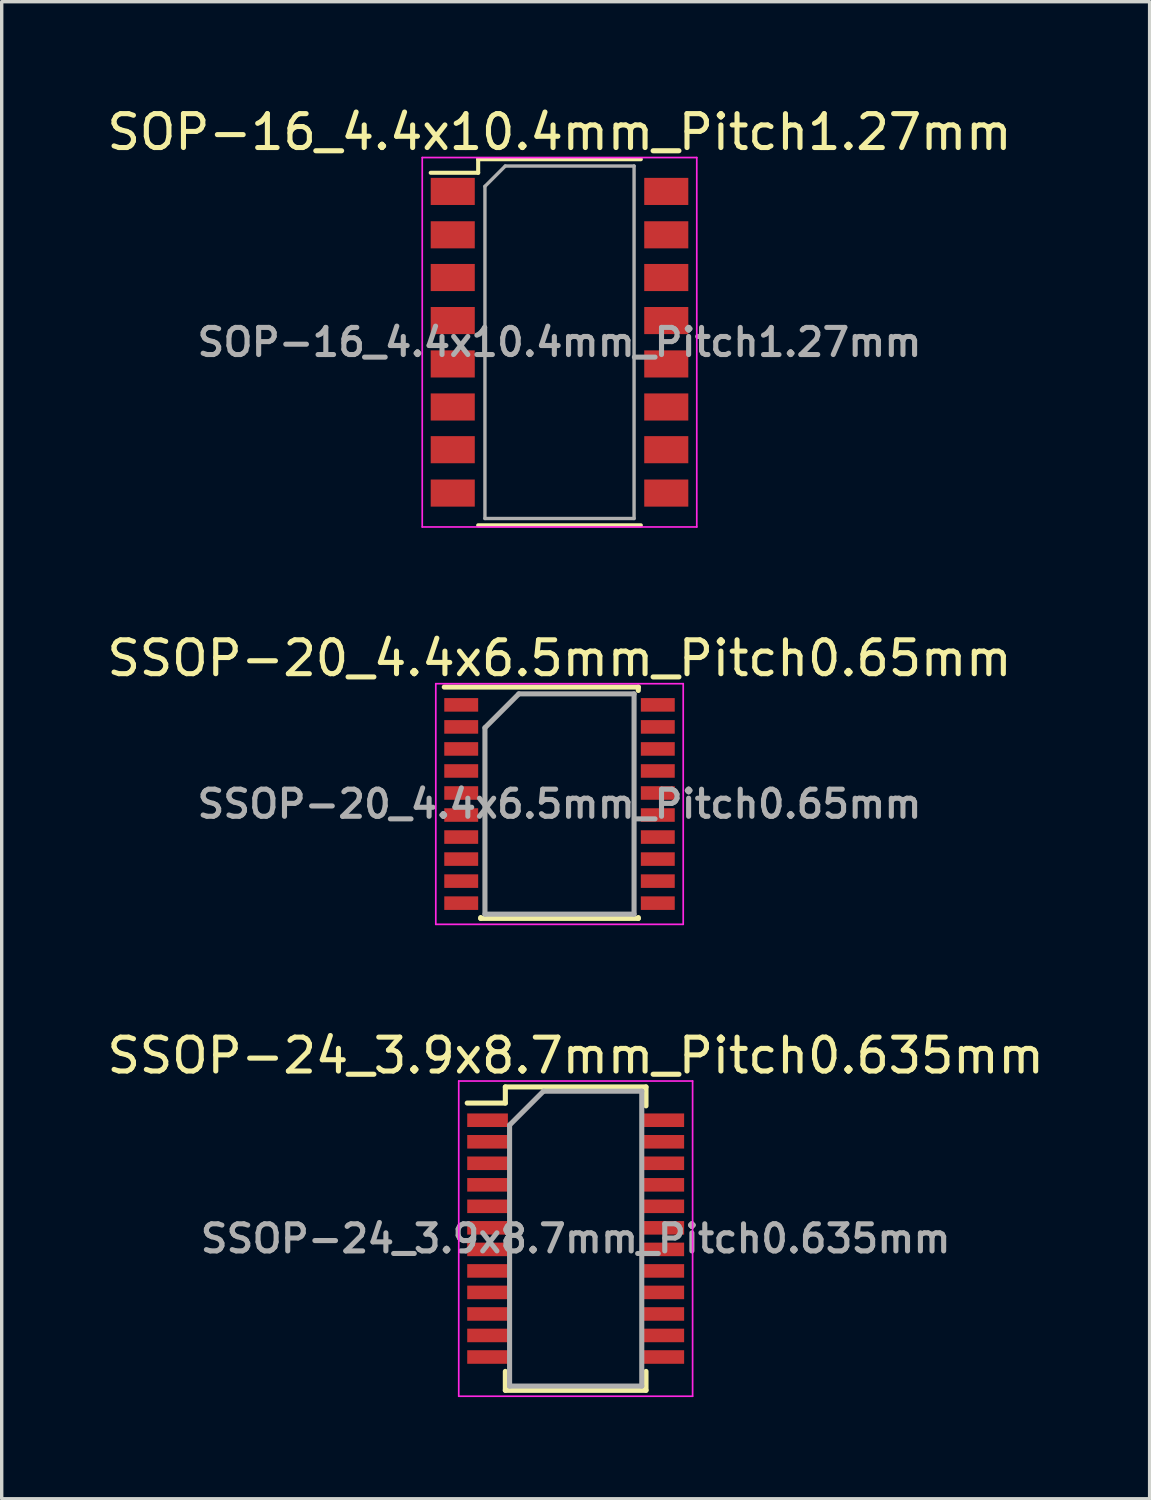
<source format=kicad_pcb>
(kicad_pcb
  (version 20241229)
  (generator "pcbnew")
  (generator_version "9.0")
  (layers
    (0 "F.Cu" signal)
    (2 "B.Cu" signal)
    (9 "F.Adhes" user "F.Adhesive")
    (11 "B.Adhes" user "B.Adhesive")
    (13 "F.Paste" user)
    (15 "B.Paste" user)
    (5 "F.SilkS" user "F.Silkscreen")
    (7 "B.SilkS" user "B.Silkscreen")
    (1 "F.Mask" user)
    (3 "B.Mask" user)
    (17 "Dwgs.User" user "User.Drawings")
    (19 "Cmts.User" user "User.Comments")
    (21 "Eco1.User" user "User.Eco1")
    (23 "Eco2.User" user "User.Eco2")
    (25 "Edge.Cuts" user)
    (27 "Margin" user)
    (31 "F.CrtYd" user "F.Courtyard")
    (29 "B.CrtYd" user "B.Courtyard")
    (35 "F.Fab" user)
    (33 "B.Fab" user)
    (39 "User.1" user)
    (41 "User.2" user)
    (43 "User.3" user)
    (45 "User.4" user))
  (footprint "SSOP-24_3.9x8.7mm_Pitch0.635mm"
    (layer "F.Cu")
    (at 13.935 33.495)
    (property "Reference" "SSOP-24_3.9x8.7mm_Pitch0.635mm" (at 0 -5.4 0) (layer "F.SilkS") (effects (font (size 1 1) (thickness 0.15))))
    (attr smd)
    (fp_line (start -2.075 -4.475) (end -2.075 -4) (stroke (width 0.15) (type solid)) (layer "F.SilkS"))
    (fp_line (start -2.075 -4.475) (end 2.075 -4.475) (stroke (width 0.15) (type solid)) (layer "F.SilkS"))
    (fp_line (start -2.075 -4) (end -3.2 -4) (stroke (width 0.15) (type solid)) (layer "F.SilkS"))
    (fp_line (start -2.075 4.475) (end -2.075 3.917) (stroke (width 0.15) (type solid)) (layer "F.SilkS"))
    (fp_line (start -2.075 4.475) (end 2.075 4.475) (stroke (width 0.15) (type solid)) (layer "F.SilkS"))
    (fp_line (start 2.075 -4.475) (end 2.075 -3.917) (stroke (width 0.15) (type solid)) (layer "F.SilkS"))
    (fp_line (start 2.075 4.475) (end 2.075 3.917) (stroke (width 0.15) (type solid)) (layer "F.SilkS"))
    (fp_line (start -3.45 -4.65) (end -3.45 4.65) (stroke (width 0.05) (type solid)) (layer "F.CrtYd"))
    (fp_line (start -3.45 -4.65) (end 3.45 -4.65) (stroke (width 0.05) (type solid)) (layer "F.CrtYd"))
    (fp_line (start -3.45 4.65) (end 3.45 4.65) (stroke (width 0.05) (type solid)) (layer "F.CrtYd"))
    (fp_line (start 3.45 -4.65) (end 3.45 4.65) (stroke (width 0.05) (type solid)) (layer "F.CrtYd"))
    (fp_line (start -1.95 -3.35) (end -0.95 -4.35) (stroke (width 0.15) (type solid)) (layer "F.Fab"))
    (fp_line (start -1.95 4.35) (end -1.95 -3.35) (stroke (width 0.15) (type solid)) (layer "F.Fab"))
    (fp_line (start -0.95 -4.35) (end 1.95 -4.35) (stroke (width 0.15) (type solid)) (layer "F.Fab"))
    (fp_line (start 1.95 -4.35) (end 1.95 4.35) (stroke (width 0.15) (type solid)) (layer "F.Fab"))
    (fp_line (start 1.95 4.35) (end -1.95 4.35) (stroke (width 0.15) (type solid)) (layer "F.Fab"))
    (fp_text user "${REFERENCE}" (at 0 0 0) (layer "F.Fab") (effects (font (size 0.8 0.8) (thickness 0.15))))
    (pad "1" smd rect (at -2.6 -3.493) (size 1.2 0.4) (layers "F.Cu" "F.Mask" "F.Paste"))
    (pad "2" smd rect (at -2.6 -2.857) (size 1.2 0.4) (layers "F.Cu" "F.Mask" "F.Paste"))
    (pad "3" smd rect (at -2.6 -2.223) (size 1.2 0.4) (layers "F.Cu" "F.Mask" "F.Paste"))
    (pad "4" smd rect (at -2.6 -1.587) (size 1.2 0.4) (layers "F.Cu" "F.Mask" "F.Paste"))
    (pad "5" smd rect (at -2.6 -0.953) (size 1.2 0.4) (layers "F.Cu" "F.Mask" "F.Paste"))
    (pad "6" smd rect (at -2.6 -0.318) (size 1.2 0.4) (layers "F.Cu" "F.Mask" "F.Paste"))
    (pad "7" smd rect (at -2.6 0.318) (size 1.2 0.4) (layers "F.Cu" "F.Mask" "F.Paste"))
    (pad "8" smd rect (at -2.6 0.953) (size 1.2 0.4) (layers "F.Cu" "F.Mask" "F.Paste"))
    (pad "9" smd rect (at -2.6 1.587) (size 1.2 0.4) (layers "F.Cu" "F.Mask" "F.Paste"))
    (pad "10" smd rect (at -2.6 2.223) (size 1.2 0.4) (layers "F.Cu" "F.Mask" "F.Paste"))
    (pad "11" smd rect (at -2.6 2.857) (size 1.2 0.4) (layers "F.Cu" "F.Mask" "F.Paste"))
    (pad "12" smd rect (at -2.6 3.493) (size 1.2 0.4) (layers "F.Cu" "F.Mask" "F.Paste"))
    (pad "13" smd rect (at 2.6 3.493) (size 1.2 0.4) (layers "F.Cu" "F.Mask" "F.Paste"))
    (pad "14" smd rect (at 2.6 2.857) (size 1.2 0.4) (layers "F.Cu" "F.Mask" "F.Paste"))
    (pad "15" smd rect (at 2.6 2.223) (size 1.2 0.4) (layers "F.Cu" "F.Mask" "F.Paste"))
    (pad "16" smd rect (at 2.6 1.587) (size 1.2 0.4) (layers "F.Cu" "F.Mask" "F.Paste"))
    (pad "17" smd rect (at 2.6 0.953) (size 1.2 0.4) (layers "F.Cu" "F.Mask" "F.Paste"))
    (pad "18" smd rect (at 2.6 0.318) (size 1.2 0.4) (layers "F.Cu" "F.Mask" "F.Paste"))
    (pad "19" smd rect (at 2.6 -0.318) (size 1.2 0.4) (layers "F.Cu" "F.Mask" "F.Paste"))
    (pad "20" smd rect (at 2.6 -0.953) (size 1.2 0.4) (layers "F.Cu" "F.Mask" "F.Paste"))
    (pad "21" smd rect (at 2.6 -1.587) (size 1.2 0.4) (layers "F.Cu" "F.Mask" "F.Paste"))
    (pad "22" smd rect (at 2.6 -2.223) (size 1.2 0.4) (layers "F.Cu" "F.Mask" "F.Paste"))
    (pad "23" smd rect (at 2.6 -2.857) (size 1.2 0.4) (layers "F.Cu" "F.Mask" "F.Paste"))
    (pad "24" smd rect (at 2.6 -3.493) (size 1.2 0.4) (layers "F.Cu" "F.Mask" "F.Paste")))
  (footprint "SSOP-20_4.4x6.5mm_Pitch0.65mm"
    (layer "F.Cu")
    (at 13.458 20.672)
    (property "Reference" "SSOP-20_4.4x6.5mm_Pitch0.65mm" (at 0 -4.3 0) (layer "F.SilkS") (effects (font (size 1 1) (thickness 0.15))))
    (attr smd)
    (fp_line (start -3.4 -3.45) (end 2.325 -3.45) (stroke (width 0.15) (type solid)) (layer "F.SilkS"))
    (fp_line (start -2.325 3.375) (end -2.325 3.35) (stroke (width 0.15) (type solid)) (layer "F.SilkS"))
    (fp_line (start -2.325 3.375) (end 2.325 3.375) (stroke (width 0.15) (type solid)) (layer "F.SilkS"))
    (fp_line (start 2.325 -3.45) (end 2.325 -3.35) (stroke (width 0.15) (type solid)) (layer "F.SilkS"))
    (fp_line (start 2.325 3.375) (end 2.325 3.35) (stroke (width 0.15) (type solid)) (layer "F.SilkS"))
    (fp_line (start -3.65 -3.55) (end -3.65 3.55) (stroke (width 0.05) (type solid)) (layer "F.CrtYd"))
    (fp_line (start -3.65 -3.55) (end 3.65 -3.55) (stroke (width 0.05) (type solid)) (layer "F.CrtYd"))
    (fp_line (start -3.65 3.55) (end 3.65 3.55) (stroke (width 0.05) (type solid)) (layer "F.CrtYd"))
    (fp_line (start 3.65 -3.55) (end 3.65 3.55) (stroke (width 0.05) (type solid)) (layer "F.CrtYd"))
    (fp_line (start -2.2 -2.25) (end -1.2 -3.25) (stroke (width 0.15) (type solid)) (layer "F.Fab"))
    (fp_line (start -2.2 3.25) (end -2.2 -2.25) (stroke (width 0.15) (type solid)) (layer "F.Fab"))
    (fp_line (start -1.2 -3.25) (end 2.2 -3.25) (stroke (width 0.15) (type solid)) (layer "F.Fab"))
    (fp_line (start 2.2 -3.25) (end 2.2 3.25) (stroke (width 0.15) (type solid)) (layer "F.Fab"))
    (fp_line (start 2.2 3.25) (end -2.2 3.25) (stroke (width 0.15) (type solid)) (layer "F.Fab"))
    (fp_text user "${REFERENCE}" (at 0 0 0) (layer "F.Fab") (effects (font (size 0.8 0.8) (thickness 0.15))))
    (pad "1" smd rect (at -2.9 -2.925) (size 1 0.4) (layers "F.Cu" "F.Mask" "F.Paste"))
    (pad "2" smd rect (at -2.9 -2.275) (size 1 0.4) (layers "F.Cu" "F.Mask" "F.Paste"))
    (pad "3" smd rect (at -2.9 -1.625) (size 1 0.4) (layers "F.Cu" "F.Mask" "F.Paste"))
    (pad "4" smd rect (at -2.9 -0.975) (size 1 0.4) (layers "F.Cu" "F.Mask" "F.Paste"))
    (pad "5" smd rect (at -2.9 -0.325) (size 1 0.4) (layers "F.Cu" "F.Mask" "F.Paste"))
    (pad "6" smd rect (at -2.9 0.325) (size 1 0.4) (layers "F.Cu" "F.Mask" "F.Paste"))
    (pad "7" smd rect (at -2.9 0.975) (size 1 0.4) (layers "F.Cu" "F.Mask" "F.Paste"))
    (pad "8" smd rect (at -2.9 1.625) (size 1 0.4) (layers "F.Cu" "F.Mask" "F.Paste"))
    (pad "9" smd rect (at -2.9 2.275) (size 1 0.4) (layers "F.Cu" "F.Mask" "F.Paste"))
    (pad "10" smd rect (at -2.9 2.925) (size 1 0.4) (layers "F.Cu" "F.Mask" "F.Paste"))
    (pad "11" smd rect (at 2.9 2.925) (size 1 0.4) (layers "F.Cu" "F.Mask" "F.Paste"))
    (pad "12" smd rect (at 2.9 2.275) (size 1 0.4) (layers "F.Cu" "F.Mask" "F.Paste"))
    (pad "13" smd rect (at 2.9 1.625) (size 1 0.4) (layers "F.Cu" "F.Mask" "F.Paste"))
    (pad "14" smd rect (at 2.9 0.975) (size 1 0.4) (layers "F.Cu" "F.Mask" "F.Paste"))
    (pad "15" smd rect (at 2.9 0.325) (size 1 0.4) (layers "F.Cu" "F.Mask" "F.Paste"))
    (pad "16" smd rect (at 2.9 -0.325) (size 1 0.4) (layers "F.Cu" "F.Mask" "F.Paste"))
    (pad "17" smd rect (at 2.9 -0.975) (size 1 0.4) (layers "F.Cu" "F.Mask" "F.Paste"))
    (pad "18" smd rect (at 2.9 -1.625) (size 1 0.4) (layers "F.Cu" "F.Mask" "F.Paste"))
    (pad "19" smd rect (at 2.9 -2.275) (size 1 0.4) (layers "F.Cu" "F.Mask" "F.Paste"))
    (pad "20" smd rect (at 2.9 -2.925) (size 1 0.4) (layers "F.Cu" "F.Mask" "F.Paste")))
  (footprint "SOP-16_4.4x10.4mm_Pitch1.27mm"
    (layer "F.Cu")
    (at 13.458 7.048)
    (property "Reference" "SOP-16_4.4x10.4mm_Pitch1.27mm" (at 0 -6.2 0) (layer "F.SilkS") (effects (font (size 1 1) (thickness 0.15))))
    (attr smd)
    (fp_line (start -2.4 -5.4) (end -2.4 -5) (stroke (width 0.12) (type solid)) (layer "F.SilkS"))
    (fp_line (start -2.4 -5.4) (end 2.4 -5.4) (stroke (width 0.12) (type solid)) (layer "F.SilkS"))
    (fp_line (start -2.4 -5) (end -3.8 -5) (stroke (width 0.12) (type solid)) (layer "F.SilkS"))
    (fp_line (start -2.4 5.4) (end 2.4 5.4) (stroke (width 0.12) (type solid)) (layer "F.SilkS"))
    (fp_line (start -4.05 -5.45) (end -4.05 5.45) (stroke (width 0.05) (type solid)) (layer "F.CrtYd"))
    (fp_line (start -4.05 -5.45) (end 4.05 -5.45) (stroke (width 0.05) (type solid)) (layer "F.CrtYd"))
    (fp_line (start 4.05 5.45) (end -4.05 5.45) (stroke (width 0.05) (type solid)) (layer "F.CrtYd"))
    (fp_line (start 4.05 5.45) (end 4.05 -5.45) (stroke (width 0.05) (type solid)) (layer "F.CrtYd"))
    (fp_line (start -2.2 -4.6) (end -1.6 -5.2) (stroke (width 0.1) (type solid)) (layer "F.Fab"))
    (fp_line (start -2.2 5.2) (end -2.2 -4.6) (stroke (width 0.1) (type solid)) (layer "F.Fab"))
    (fp_line (start -1.6 -5.2) (end 2.2 -5.2) (stroke (width 0.1) (type solid)) (layer "F.Fab"))
    (fp_line (start 2.2 -5.2) (end 2.2 5.2) (stroke (width 0.1) (type solid)) (layer "F.Fab"))
    (fp_line (start 2.2 5.2) (end -2.2 5.2) (stroke (width 0.1) (type solid)) (layer "F.Fab"))
    (fp_text user "${REFERENCE}" (at 0 0 0) (layer "F.Fab") (effects (font (size 0.8 0.8) (thickness 0.15))))
    (pad "1" smd rect (at -3.15 -4.45) (size 1.3 0.8) (layers "F.Cu" "F.Mask" "F.Paste"))
    (pad "2" smd rect (at -3.15 -3.17) (size 1.3 0.8) (layers "F.Cu" "F.Mask" "F.Paste"))
    (pad "3" smd rect (at -3.15 -1.91) (size 1.3 0.8) (layers "F.Cu" "F.Mask" "F.Paste"))
    (pad "4" smd rect (at -3.15 -0.64) (size 1.3 0.8) (layers "F.Cu" "F.Mask" "F.Paste"))
    (pad "5" smd rect (at -3.15 0.64) (size 1.3 0.8) (layers "F.Cu" "F.Mask" "F.Paste"))
    (pad "6" smd rect (at -3.15 1.91) (size 1.3 0.8) (layers "F.Cu" "F.Mask" "F.Paste"))
    (pad "7" smd rect (at -3.15 3.17) (size 1.3 0.8) (layers "F.Cu" "F.Mask" "F.Paste"))
    (pad "8" smd rect (at -3.15 4.45) (size 1.3 0.8) (layers "F.Cu" "F.Mask" "F.Paste"))
    (pad "9" smd rect (at 3.15 4.45) (size 1.3 0.8) (layers "F.Cu" "F.Mask" "F.Paste"))
    (pad "10" smd rect (at 3.15 3.17) (size 1.3 0.8) (layers "F.Cu" "F.Mask" "F.Paste"))
    (pad "11" smd rect (at 3.15 1.91) (size 1.3 0.8) (layers "F.Cu" "F.Mask" "F.Paste"))
    (pad "12" smd rect (at 3.15 0.64) (size 1.3 0.8) (layers "F.Cu" "F.Mask" "F.Paste"))
    (pad "13" smd rect (at 3.15 -0.64) (size 1.3 0.8) (layers "F.Cu" "F.Mask" "F.Paste"))
    (pad "14" smd rect (at 3.15 -1.91) (size 1.3 0.8) (layers "F.Cu" "F.Mask" "F.Paste"))
    (pad "15" smd rect (at 3.15 -3.17) (size 1.3 0.8) (layers "F.Cu" "F.Mask" "F.Paste"))
    (pad "16" smd rect (at 3.15 -4.45) (size 1.3 0.8) (layers "F.Cu" "F.Mask" "F.Paste")))
  (gr_rect
    (start -3 -3)
    (end 30.869 41.17)
    (stroke (width 0.1) (type default))
    (fill no)
    (layer "Edge.Cuts")))
</source>
